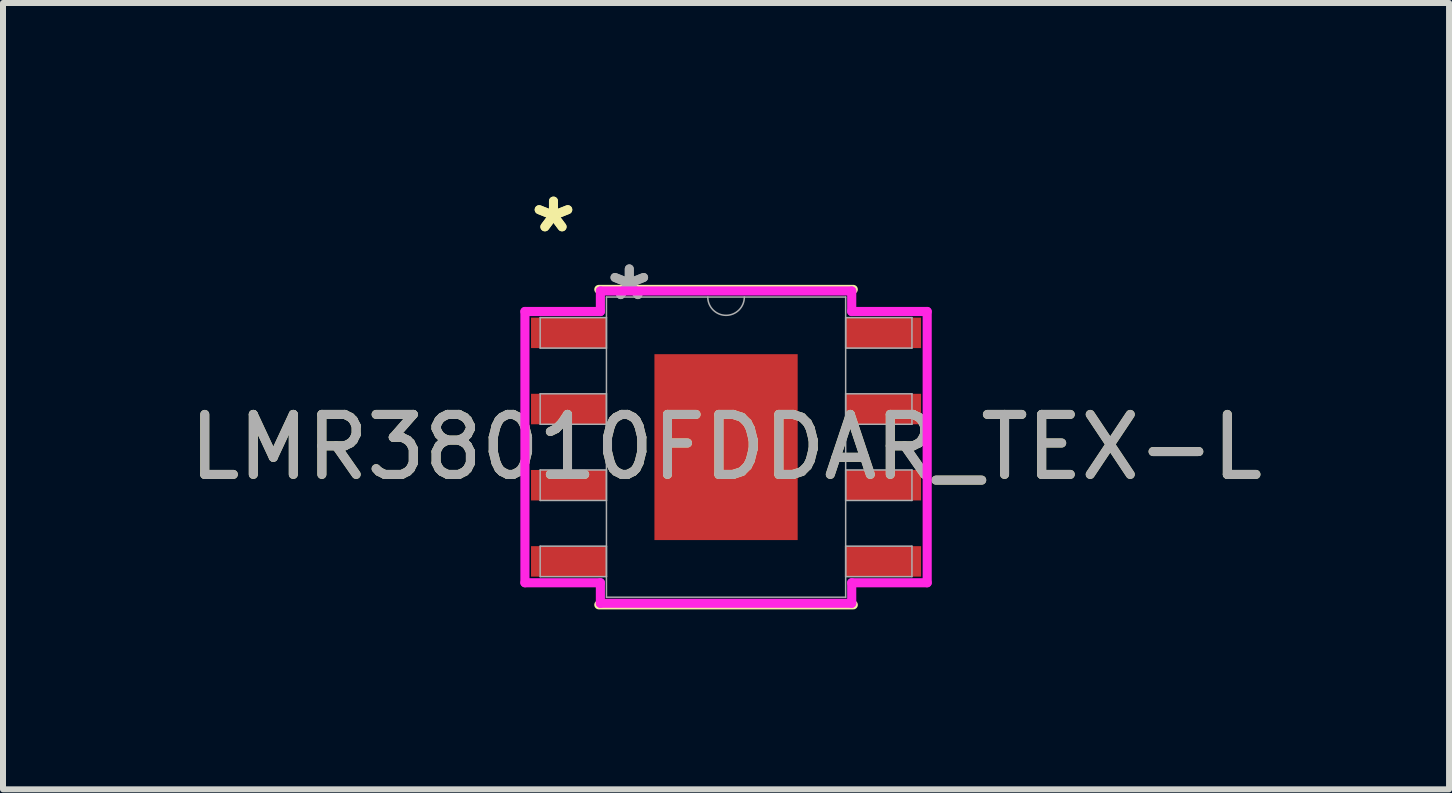
<source format=kicad_pcb>
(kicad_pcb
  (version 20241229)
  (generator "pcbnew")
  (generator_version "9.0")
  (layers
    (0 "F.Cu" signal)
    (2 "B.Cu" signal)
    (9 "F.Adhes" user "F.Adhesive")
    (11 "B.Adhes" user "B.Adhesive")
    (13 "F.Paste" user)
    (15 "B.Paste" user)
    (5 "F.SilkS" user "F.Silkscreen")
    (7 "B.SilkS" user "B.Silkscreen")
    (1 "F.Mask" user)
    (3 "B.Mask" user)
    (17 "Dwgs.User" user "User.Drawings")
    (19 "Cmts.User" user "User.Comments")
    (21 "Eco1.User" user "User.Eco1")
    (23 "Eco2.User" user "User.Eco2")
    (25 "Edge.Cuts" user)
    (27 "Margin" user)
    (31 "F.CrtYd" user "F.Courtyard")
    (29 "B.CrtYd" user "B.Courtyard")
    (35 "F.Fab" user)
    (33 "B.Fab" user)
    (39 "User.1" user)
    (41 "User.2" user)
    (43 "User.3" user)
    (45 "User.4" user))
  (footprint "LMR38010FDDAR_TEX-L"
    (layer "F.Cu")
    (at 9.054 4.404)
    (property "Reference" "LMR38010FDDAR_TEX-L" (at 0 0 0) (unlocked yes) (layer "F.SilkS") (effects (font (size 1 1) (thickness 0.15))))
    (attr smd)
    (fp_line (start -2.121 2.629) (end 2.121 2.629) (stroke (width 0.152) (type solid)) (layer "F.SilkS"))
    (fp_line (start 2.121 -2.629) (end -2.121 -2.629) (stroke (width 0.152) (type solid)) (layer "F.SilkS"))
    (fp_poly (pts (xy -1.094 -1.449) (xy -1.094 -0.1) (xy 1.094 -0.1) (xy 1.094 -1.449)) (stroke (width 0) (type solid)) (fill yes) (layer "F.Paste"))
    (fp_poly (pts (xy -1.094 0.1) (xy -1.094 1.449) (xy 1.094 1.449) (xy 1.094 0.1)) (stroke (width 0) (type solid)) (fill yes) (layer "F.Paste"))
    (fp_line (start -3.353 -2.261) (end -2.095 -2.261) (stroke (width 0.152) (type solid)) (layer "F.CrtYd"))
    (fp_line (start -3.353 2.261) (end -3.353 -2.261) (stroke (width 0.152) (type solid)) (layer "F.CrtYd"))
    (fp_line (start -3.353 2.261) (end -2.095 2.261) (stroke (width 0.152) (type solid)) (layer "F.CrtYd"))
    (fp_line (start -2.095 -2.603) (end 2.095 -2.603) (stroke (width 0.152) (type solid)) (layer "F.CrtYd"))
    (fp_line (start -2.095 -2.261) (end -2.095 -2.603) (stroke (width 0.152) (type solid)) (layer "F.CrtYd"))
    (fp_line (start -2.095 2.603) (end -2.095 2.261) (stroke (width 0.152) (type solid)) (layer "F.CrtYd"))
    (fp_line (start 2.095 -2.603) (end 2.095 -2.261) (stroke (width 0.152) (type solid)) (layer "F.CrtYd"))
    (fp_line (start 2.095 2.261) (end 2.095 2.603) (stroke (width 0.152) (type solid)) (layer "F.CrtYd"))
    (fp_line (start 2.095 2.603) (end -2.095 2.603) (stroke (width 0.152) (type solid)) (layer "F.CrtYd"))
    (fp_line (start 3.353 -2.261) (end 2.095 -2.261) (stroke (width 0.152) (type solid)) (layer "F.CrtYd"))
    (fp_line (start 3.353 -2.261) (end 3.353 2.261) (stroke (width 0.152) (type solid)) (layer "F.CrtYd"))
    (fp_line (start 3.353 2.261) (end 2.095 2.261) (stroke (width 0.152) (type solid)) (layer "F.CrtYd"))
    (fp_line (start -3.099 -2.159) (end -3.099 -1.651) (stroke (width 0.025) (type solid)) (layer "F.Fab"))
    (fp_line (start -3.099 -1.651) (end -1.994 -1.651) (stroke (width 0.025) (type solid)) (layer "F.Fab"))
    (fp_line (start -3.099 -0.889) (end -3.099 -0.381) (stroke (width 0.025) (type solid)) (layer "F.Fab"))
    (fp_line (start -3.099 -0.381) (end -1.994 -0.381) (stroke (width 0.025) (type solid)) (layer "F.Fab"))
    (fp_line (start -3.099 0.381) (end -3.099 0.889) (stroke (width 0.025) (type solid)) (layer "F.Fab"))
    (fp_line (start -3.099 0.889) (end -1.994 0.889) (stroke (width 0.025) (type solid)) (layer "F.Fab"))
    (fp_line (start -3.099 1.651) (end -3.099 2.159) (stroke (width 0.025) (type solid)) (layer "F.Fab"))
    (fp_line (start -3.099 2.159) (end -1.994 2.159) (stroke (width 0.025) (type solid)) (layer "F.Fab"))
    (fp_line (start -1.994 -2.502) (end -1.994 2.502) (stroke (width 0.025) (type solid)) (layer "F.Fab"))
    (fp_line (start -1.994 -2.159) (end -3.099 -2.159) (stroke (width 0.025) (type solid)) (layer "F.Fab"))
    (fp_line (start -1.994 -1.651) (end -1.994 -2.159) (stroke (width 0.025) (type solid)) (layer "F.Fab"))
    (fp_line (start -1.994 -0.889) (end -3.099 -0.889) (stroke (width 0.025) (type solid)) (layer "F.Fab"))
    (fp_line (start -1.994 -0.381) (end -1.994 -0.889) (stroke (width 0.025) (type solid)) (layer "F.Fab"))
    (fp_line (start -1.994 0.381) (end -3.099 0.381) (stroke (width 0.025) (type solid)) (layer "F.Fab"))
    (fp_line (start -1.994 0.889) (end -1.994 0.381) (stroke (width 0.025) (type solid)) (layer "F.Fab"))
    (fp_line (start -1.994 1.651) (end -3.099 1.651) (stroke (width 0.025) (type solid)) (layer "F.Fab"))
    (fp_line (start -1.994 2.159) (end -1.994 1.651) (stroke (width 0.025) (type solid)) (layer "F.Fab"))
    (fp_line (start -1.994 2.502) (end 1.994 2.502) (stroke (width 0.025) (type solid)) (layer "F.Fab"))
    (fp_line (start 1.994 -2.502) (end -1.994 -2.502) (stroke (width 0.025) (type solid)) (layer "F.Fab"))
    (fp_line (start 1.994 -2.159) (end 1.994 -1.651) (stroke (width 0.025) (type solid)) (layer "F.Fab"))
    (fp_line (start 1.994 -1.651) (end 3.099 -1.651) (stroke (width 0.025) (type solid)) (layer "F.Fab"))
    (fp_line (start 1.994 -0.889) (end 1.994 -0.381) (stroke (width 0.025) (type solid)) (layer "F.Fab"))
    (fp_line (start 1.994 -0.381) (end 3.099 -0.381) (stroke (width 0.025) (type solid)) (layer "F.Fab"))
    (fp_line (start 1.994 0.381) (end 1.994 0.889) (stroke (width 0.025) (type solid)) (layer "F.Fab"))
    (fp_line (start 1.994 0.889) (end 3.099 0.889) (stroke (width 0.025) (type solid)) (layer "F.Fab"))
    (fp_line (start 1.994 1.651) (end 1.994 2.159) (stroke (width 0.025) (type solid)) (layer "F.Fab"))
    (fp_line (start 1.994 2.159) (end 3.099 2.159) (stroke (width 0.025) (type solid)) (layer "F.Fab"))
    (fp_line (start 1.994 2.502) (end 1.994 -2.502) (stroke (width 0.025) (type solid)) (layer "F.Fab"))
    (fp_line (start 3.099 -2.159) (end 1.994 -2.159) (stroke (width 0.025) (type solid)) (layer "F.Fab"))
    (fp_line (start 3.099 -1.651) (end 3.099 -2.159) (stroke (width 0.025) (type solid)) (layer "F.Fab"))
    (fp_line (start 3.099 -0.889) (end 1.994 -0.889) (stroke (width 0.025) (type solid)) (layer "F.Fab"))
    (fp_line (start 3.099 -0.381) (end 3.099 -0.889) (stroke (width 0.025) (type solid)) (layer "F.Fab"))
    (fp_line (start 3.099 0.381) (end 1.994 0.381) (stroke (width 0.025) (type solid)) (layer "F.Fab"))
    (fp_line (start 3.099 0.889) (end 3.099 0.381) (stroke (width 0.025) (type solid)) (layer "F.Fab"))
    (fp_line (start 3.099 1.651) (end 1.994 1.651) (stroke (width 0.025) (type solid)) (layer "F.Fab"))
    (fp_line (start 3.099 2.159) (end 3.099 1.651) (stroke (width 0.025) (type solid)) (layer "F.Fab"))
    (fp_arc (start 0.3048 -2.5019) (mid 0 -2.1971) (end -0.3048 -2.5019) (stroke (width 0.0254) (type solid)) (layer "F.Fab"))
    (fp_text user "*" (at -2.877 -3.556 0) (layer "F.SilkS") (effects (font (size 1 1) (thickness 0.15))))
    (fp_text user "*" (at -2.877 -3.556 0) (unlocked yes) (layer "F.SilkS") (effects (font (size 1 1) (thickness 0.15))))
    (fp_text user "*" (at -1.613 -2.426 0) (layer "F.Fab") (effects (font (size 1 1) (thickness 0.15))))
    (fp_text user "${REFERENCE}" (at 0 0 0) (unlocked yes) (layer "F.Fab") (effects (font (size 1 1) (thickness 0.15))))
    (fp_text user "*" (at -1.613 -2.426 0) (unlocked yes) (layer "F.Fab") (effects (font (size 1 1) (thickness 0.15))))
    (pad "1" smd rect (at -2.623 -1.905) (size 1.257 0.508) (layers "F.Cu" "F.Mask" "F.Paste"))
    (pad "2" smd rect (at -2.623 -0.635) (size 1.257 0.508) (layers "F.Cu" "F.Mask" "F.Paste"))
    (pad "3" smd rect (at -2.623 0.635) (size 1.257 0.508) (layers "F.Cu" "F.Mask" "F.Paste"))
    (pad "4" smd rect (at -2.623 1.905) (size 1.257 0.508) (layers "F.Cu" "F.Mask" "F.Paste"))
    (pad "5" smd rect (at 2.623 1.905) (size 1.257 0.508) (layers "F.Cu" "F.Mask" "F.Paste"))
    (pad "6" smd rect (at 2.623 0.635) (size 1.257 0.508) (layers "F.Cu" "F.Mask" "F.Paste"))
    (pad "7" smd rect (at 2.623 -0.635) (size 1.257 0.508) (layers "F.Cu" "F.Mask" "F.Paste"))
    (pad "8" smd rect (at 2.623 -1.905) (size 1.257 0.508) (layers "F.Cu" "F.Mask" "F.Paste"))
    (pad "EPAD" smd rect (at 0 0) (size 2.388 3.099) (layers "F.Cu" "F.Mask")))
  (gr_rect
    (start -3 -3)
    (end 21.107 10.109)
    (stroke (width 0.1) (type default))
    (fill no)
    (layer "Edge.Cuts")))
</source>
